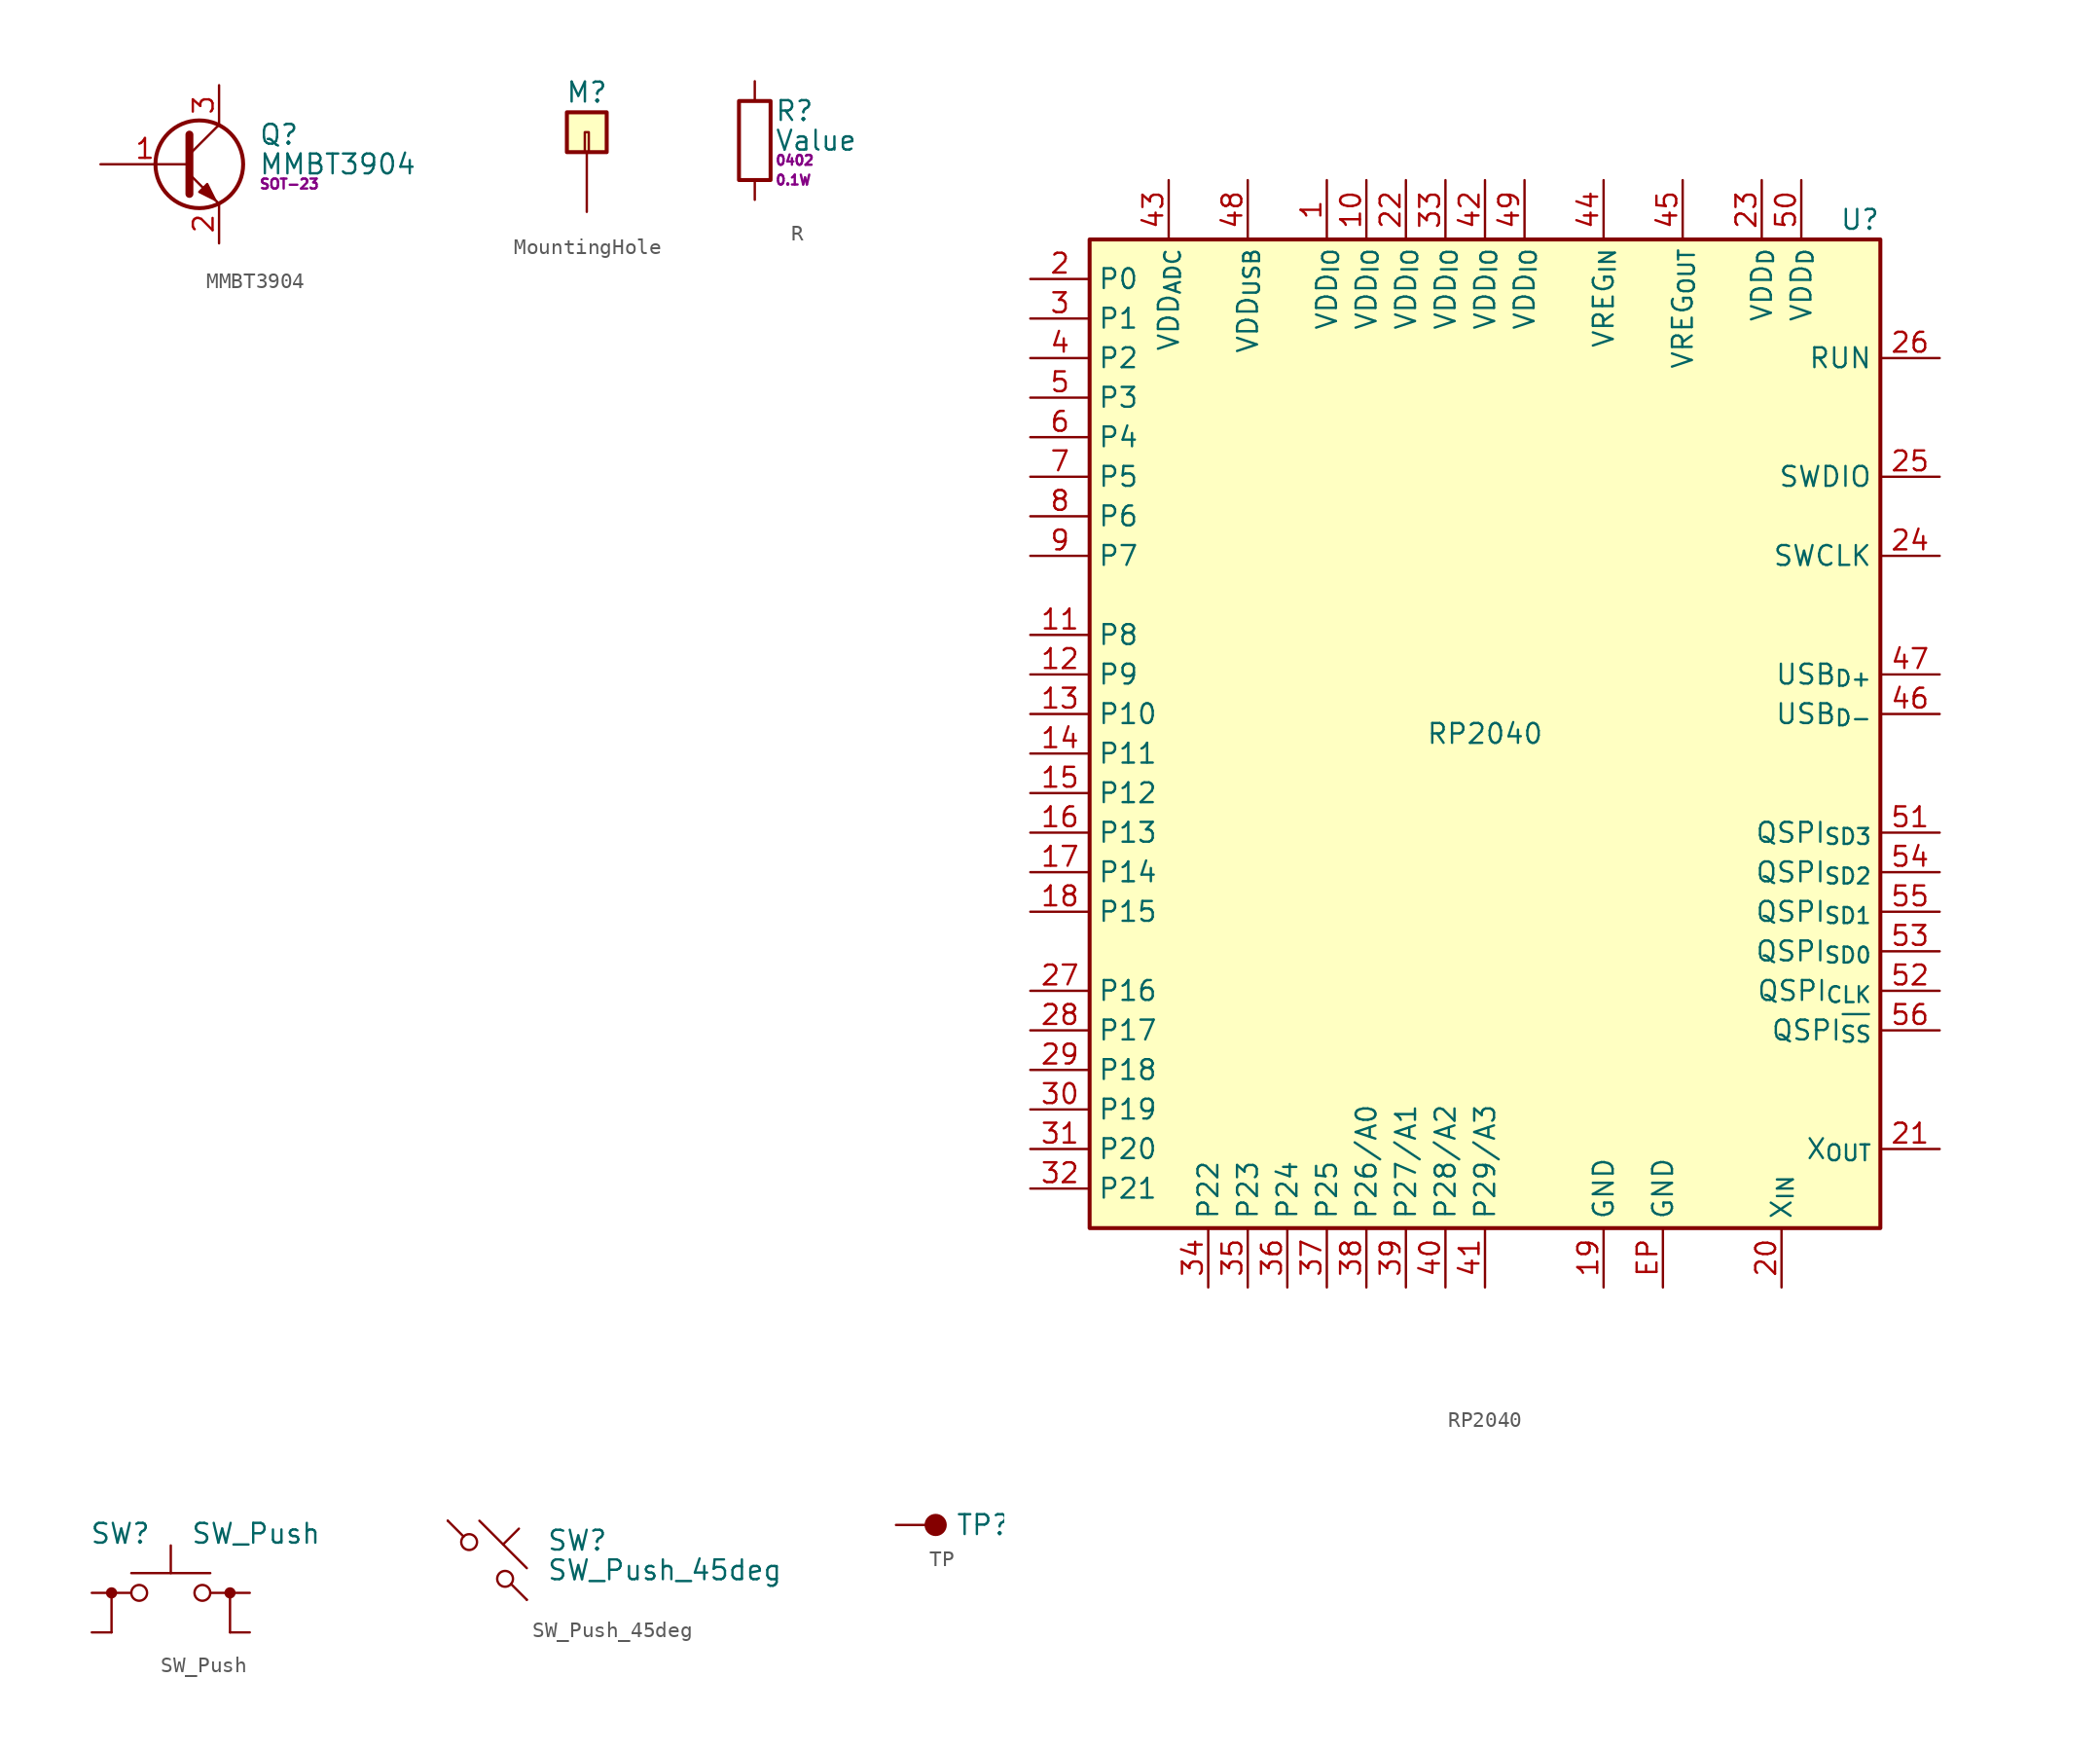
<source format=kicad_sym>
(kicad_symbol_lib
  (version 20231120)
  (generator "kicad_symbol_editor")
  (generator_version "8.0")
  (symbol "MMBT3904"
    (pin_names
      (offset 0) hide)
    (property "Reference" "Q"
      (at 5.08 1.905 0)
      (do_not_autoplace)
      (effects (font (size 1.27 1.27)) (justify left)))
    (property "Value" "MMBT3904"
      (at 5.08 0 0)
      (do_not_autoplace)
      (effects (font (size 1.27 1.27)) (justify left)))
    (property "Package" "SOT-23"
      (at 5.08 -1.27 0)
      (do_not_autoplace)
      (effects (font (size 0.635 0.635)) (justify left)))
    (symbol "MMBT3904_0_1"
      (polyline (pts (xy 0.635 0.635) (xy 2.54 2.54)) (stroke (width 0) (type default)) (fill (type none)))
      (polyline (pts (xy 0.635 -0.635) (xy 2.54 -2.54) (xy 2.54 -2.54)) (stroke (width 0) (type default)) (fill (type none)))
      (polyline (pts (xy 0.635 1.905) (xy 0.635 -1.905) (xy 0.635 -1.905)) (stroke (width 0.508) (type default)) (fill (type none)))
      (polyline (pts (xy 1.27 -1.778) (xy 1.778 -1.27) (xy 2.286 -2.286) (xy 1.27 -1.778) (xy 1.27 -1.778)) (stroke (width 0) (type default)) (fill (type outline)))
      (circle (center 1.27 0) (radius 2.819) (stroke (width 0.254) (type default)) (fill (type none))))
    (symbol "MMBT3904_1_1"
      (pin input line (at -5.08 0 0) (length 5.715) (name "B" (effects (font (size 1.27 1.27)))) (number "1" (effects (font (size 1.27 1.27)))))
      (pin passive line (at 2.54 -5.08 90) (length 2.54) (name "E" (effects (font (size 1.27 1.27)))) (number "2" (effects (font (size 1.27 1.27)))))
      (pin passive line (at 2.54 5.08 270) (length 2.54) (name "C" (effects (font (size 1.27 1.27)))) (number "3" (effects (font (size 1.27 1.27)))))))
  (symbol "MountingHole"
    (pin_numbers hide)
    (pin_names
      (offset 1.016) hide)
    (property "Reference" "M"
      (at 0 2.54 0)
      (do_not_autoplace)
      (effects (font (size 1.27 1.27))))
    (symbol "MountingHole_1_1"
      (rectangle (start -1.27 -1.27) (end 1.27 1.27) (stroke (width 0.254) (type default)) (fill (type background)))
      (rectangle (start -0.127 -1.27) (end 0.127 0) (stroke (width 0.152) (type default)) (fill (type none)))
      (pin passive line (at 0 -5.08 90) (length 3.81) (name "Pin_1" (effects (font (size 1.27 1.27)))) (number "1" (effects (font (size 1.27 1.27)))))))
  (symbol "R"
    (pin_numbers hide)
    (pin_names
      (offset 0))
    (property "Reference" "R"
      (at 1.27 1.905 0)
      (do_not_autoplace)
      (effects (font (size 1.27 1.27)) (justify left)))
    (property "Value" "Value"
      (at 1.27 0 0)
      (do_not_autoplace)
      (effects (font (size 1.27 1.27)) (justify left)))
    (property "Package" "0402"
      (at 1.27 -1.27 0)
      (do_not_autoplace)
      (effects (font (size 0.63 0.63)) (justify left)))
    (property "Power" "0.1W"
      (at 1.27 -2.54 0)
      (do_not_autoplace)
      (effects (font (size 0.63 0.63)) (justify left)))
    (symbol "R_0_1"
      (rectangle (start -1.016 -2.54) (end 1.016 2.54) (stroke (width 0.254) (type solid)) (fill (type none))))
    (symbol "R_1_1"
      (pin passive line (at 0 3.81 270) (length 1.27) (name "~" (effects (font (size 1.27 1.27)))) (number "1" (effects (font (size 1.27 1.27)))))
      (pin passive line (at 0 -3.81 90) (length 1.27) (name "~" (effects (font (size 1.27 1.27)))) (number "2" (effects (font (size 1.27 1.27)))))))
  (symbol "RP2040"
    (property "Reference" "U"
      (at 25.4 31.75 0)
      (do_not_autoplace)
      (effects (font (size 1.27 1.27)) (justify right)))
    (property "Value" "RP2040"
      (at 0 -1.27 0)
      (do_not_autoplace)
      (effects (font (size 1.27 1.27))))
    (symbol "RP2040_1_1"
      (rectangle (start -25.4 30.48) (end 25.4 -33.02) (stroke (width 0.254) (type default)) (fill (type background)))
      (pin power_in line (at -10.16 34.29 270) (length 3.81) (name "VDD_{IO}" (effects (font (size 1.27 1.27)))) (number "1" (effects (font (size 1.27 1.27)))))
      (pin power_in line (at -7.62 34.29 270) (length 3.81) (name "VDD_{IO}" (effects (font (size 1.27 1.27)))) (number "10" (effects (font (size 1.27 1.27)))))
      (pin passive line (at -29.21 5.08 0) (length 3.81) (name "P8" (effects (font (size 1.27 1.27)))) (number "11" (effects (font (size 1.27 1.27)))))
      (pin passive line (at -29.21 2.54 0) (length 3.81) (name "P9" (effects (font (size 1.27 1.27)))) (number "12" (effects (font (size 1.27 1.27)))))
      (pin passive line (at -29.21 0 0) (length 3.81) (name "P10" (effects (font (size 1.27 1.27)))) (number "13" (effects (font (size 1.27 1.27)))))
      (pin passive line (at -29.21 -2.54 0) (length 3.81) (name "P11" (effects (font (size 1.27 1.27)))) (number "14" (effects (font (size 1.27 1.27)))))
      (pin passive line (at -29.21 -5.08 0) (length 3.81) (name "P12" (effects (font (size 1.27 1.27)))) (number "15" (effects (font (size 1.27 1.27)))))
      (pin passive line (at -29.21 -7.62 0) (length 3.81) (name "P13" (effects (font (size 1.27 1.27)))) (number "16" (effects (font (size 1.27 1.27)))))
      (pin passive line (at -29.21 -10.16 0) (length 3.81) (name "P14" (effects (font (size 1.27 1.27)))) (number "17" (effects (font (size 1.27 1.27)))))
      (pin passive line (at -29.21 -12.7 0) (length 3.81) (name "P15" (effects (font (size 1.27 1.27)))) (number "18" (effects (font (size 1.27 1.27)))))
      (pin power_in line (at 7.62 -36.83 90) (length 3.81) (name "GND" (effects (font (size 1.27 1.27)))) (number "19" (effects (font (size 1.27 1.27)))))
      (pin passive line (at -29.21 27.94 0) (length 3.81) (name "P0" (effects (font (size 1.27 1.27)))) (number "2" (effects (font (size 1.27 1.27)))))
      (pin input line (at 19.05 -36.83 90) (length 3.81) (name "X_{IN}" (effects (font (size 1.27 1.27)))) (number "20" (effects (font (size 1.27 1.27)))))
      (pin output line (at 29.21 -27.94 180) (length 3.81) (name "X_{OUT}" (effects (font (size 1.27 1.27)))) (number "21" (effects (font (size 1.27 1.27)))))
      (pin power_in line (at -5.08 34.29 270) (length 3.81) (name "VDD_{IO}" (effects (font (size 1.27 1.27)))) (number "22" (effects (font (size 1.27 1.27)))))
      (pin power_in line (at 17.78 34.29 270) (length 3.81) (name "VDD_{D}" (effects (font (size 1.27 1.27)))) (number "23" (effects (font (size 1.27 1.27)))))
      (pin input line (at 29.21 10.16 180) (length 3.81) (name "SWCLK" (effects (font (size 1.27 1.27)))) (number "24" (effects (font (size 1.27 1.27)))))
      (pin bidirectional line (at 29.21 15.24 180) (length 3.81) (name "SWDIO" (effects (font (size 1.27 1.27)))) (number "25" (effects (font (size 1.27 1.27)))))
      (pin input line (at 29.21 22.86 180) (length 3.81) (name "RUN" (effects (font (size 1.27 1.27)))) (number "26" (effects (font (size 1.27 1.27)))))
      (pin passive line (at -29.21 -17.78 0) (length 3.81) (name "P16" (effects (font (size 1.27 1.27)))) (number "27" (effects (font (size 1.27 1.27)))))
      (pin passive line (at -29.21 -20.32 0) (length 3.81) (name "P17" (effects (font (size 1.27 1.27)))) (number "28" (effects (font (size 1.27 1.27)))))
      (pin passive line (at -29.21 -22.86 0) (length 3.81) (name "P18" (effects (font (size 1.27 1.27)))) (number "29" (effects (font (size 1.27 1.27)))))
      (pin passive line (at -29.21 25.4 0) (length 3.81) (name "P1" (effects (font (size 1.27 1.27)))) (number "3" (effects (font (size 1.27 1.27)))))
      (pin passive line (at -29.21 -25.4 0) (length 3.81) (name "P19" (effects (font (size 1.27 1.27)))) (number "30" (effects (font (size 1.27 1.27)))))
      (pin passive line (at -29.21 -27.94 0) (length 3.81) (name "P20" (effects (font (size 1.27 1.27)))) (number "31" (effects (font (size 1.27 1.27)))))
      (pin passive line (at -29.21 -30.48 0) (length 3.81) (name "P21" (effects (font (size 1.27 1.27)))) (number "32" (effects (font (size 1.27 1.27)))))
      (pin power_in line (at -2.54 34.29 270) (length 3.81) (name "VDD_{IO}" (effects (font (size 1.27 1.27)))) (number "33" (effects (font (size 1.27 1.27)))))
      (pin passive line (at -17.78 -36.83 90) (length 3.81) (name "P22" (effects (font (size 1.27 1.27)))) (number "34" (effects (font (size 1.27 1.27)))))
      (pin passive line (at -15.24 -36.83 90) (length 3.81) (name "P23" (effects (font (size 1.27 1.27)))) (number "35" (effects (font (size 1.27 1.27)))))
      (pin passive line (at -12.7 -36.83 90) (length 3.81) (name "P24" (effects (font (size 1.27 1.27)))) (number "36" (effects (font (size 1.27 1.27)))))
      (pin passive line (at -10.16 -36.83 90) (length 3.81) (name "P25" (effects (font (size 1.27 1.27)))) (number "37" (effects (font (size 1.27 1.27)))))
      (pin passive line (at -7.62 -36.83 90) (length 3.81) (name "P26/A0" (effects (font (size 1.27 1.27)))) (number "38" (effects (font (size 1.27 1.27)))))
      (pin passive line (at -5.08 -36.83 90) (length 3.81) (name "P27/A1" (effects (font (size 1.27 1.27)))) (number "39" (effects (font (size 1.27 1.27)))))
      (pin passive line (at -29.21 22.86 0) (length 3.81) (name "P2" (effects (font (size 1.27 1.27)))) (number "4" (effects (font (size 1.27 1.27)))))
      (pin passive line (at -2.54 -36.83 90) (length 3.81) (name "P28/A2" (effects (font (size 1.27 1.27)))) (number "40" (effects (font (size 1.27 1.27)))))
      (pin passive line (at 0 -36.83 90) (length 3.81) (name "P29/A3" (effects (font (size 1.27 1.27)))) (number "41" (effects (font (size 1.27 1.27)))))
      (pin power_in line (at 0 34.29 270) (length 3.81) (name "VDD_{IO}" (effects (font (size 1.27 1.27)))) (number "42" (effects (font (size 1.27 1.27)))))
      (pin power_in line (at -20.32 34.29 270) (length 3.81) (name "VDD_{ADC}" (effects (font (size 1.27 1.27)))) (number "43" (effects (font (size 1.27 1.27)))))
      (pin power_in line (at 7.62 34.29 270) (length 3.81) (name "VREG_{IN}" (effects (font (size 1.27 1.27)))) (number "44" (effects (font (size 1.27 1.27)))))
      (pin power_out line (at 12.7 34.29 270) (length 3.81) (name "VREG_{OUT}" (effects (font (size 1.27 1.27)))) (number "45" (effects (font (size 1.27 1.27)))))
      (pin bidirectional line (at 29.21 0 180) (length 3.81) (name "USB_{D-}" (effects (font (size 1.27 1.27)))) (number "46" (effects (font (size 1.27 1.27)))))
      (pin bidirectional line (at 29.21 2.54 180) (length 3.81) (name "USB_{D+}" (effects (font (size 1.27 1.27)))) (number "47" (effects (font (size 1.27 1.27)))))
      (pin power_in line (at -15.24 34.29 270) (length 3.81) (name "VDD_{USB}" (effects (font (size 1.27 1.27)))) (number "48" (effects (font (size 1.27 1.27)))))
      (pin power_in line (at 2.54 34.29 270) (length 3.81) (name "VDD_{IO}" (effects (font (size 1.27 1.27)))) (number "49" (effects (font (size 1.27 1.27)))))
      (pin passive line (at -29.21 20.32 0) (length 3.81) (name "P3" (effects (font (size 1.27 1.27)))) (number "5" (effects (font (size 1.27 1.27)))))
      (pin power_in line (at 20.32 34.29 270) (length 3.81) (name "VDD_{D}" (effects (font (size 1.27 1.27)))) (number "50" (effects (font (size 1.27 1.27)))))
      (pin bidirectional line (at 29.21 -7.62 180) (length 3.81) (name "QSPI_{SD3}" (effects (font (size 1.27 1.27)))) (number "51" (effects (font (size 1.27 1.27)))))
      (pin output line (at 29.21 -17.78 180) (length 3.81) (name "QSPI_{CLK}" (effects (font (size 1.27 1.27)))) (number "52" (effects (font (size 1.27 1.27)))))
      (pin bidirectional line (at 29.21 -15.24 180) (length 3.81) (name "QSPI_{SD0}" (effects (font (size 1.27 1.27)))) (number "53" (effects (font (size 1.27 1.27)))))
      (pin bidirectional line (at 29.21 -10.16 180) (length 3.81) (name "QSPI_{SD2}" (effects (font (size 1.27 1.27)))) (number "54" (effects (font (size 1.27 1.27)))))
      (pin bidirectional line (at 29.21 -12.7 180) (length 3.81) (name "QSPI_{SD1}" (effects (font (size 1.27 1.27)))) (number "55" (effects (font (size 1.27 1.27)))))
      (pin output line (at 29.21 -20.32 180) (length 3.81) (name "QSPI_{~{SS}}" (effects (font (size 1.27 1.27)))) (number "56" (effects (font (size 1.27 1.27)))))
      (pin passive line (at -29.21 17.78 0) (length 3.81) (name "P4" (effects (font (size 1.27 1.27)))) (number "6" (effects (font (size 1.27 1.27)))))
      (pin passive line (at -29.21 15.24 0) (length 3.81) (name "P5" (effects (font (size 1.27 1.27)))) (number "7" (effects (font (size 1.27 1.27)))))
      (pin passive line (at -29.21 12.7 0) (length 3.81) (name "P6" (effects (font (size 1.27 1.27)))) (number "8" (effects (font (size 1.27 1.27)))))
      (pin passive line (at -29.21 10.16 0) (length 3.81) (name "P7" (effects (font (size 1.27 1.27)))) (number "9" (effects (font (size 1.27 1.27)))))
      (pin power_in line (at 11.43 -36.83 90) (length 3.81) (name "GND" (effects (font (size 1.27 1.27)))) (number "EP" (effects (font (size 1.27 1.27)))))))
  (symbol "SW_Push"
    (pin_numbers hide)
    (pin_names
      (offset 1.016) hide)
    (property "Reference" "SW"
      (at -1.27 3.81 0)
      (do_not_autoplace)
      (effects (font (size 1.27 1.27)) (justify right)))
    (property "Value" "SW_Push"
      (at 1.27 3.81 0)
      (do_not_autoplace)
      (effects (font (size 1.27 1.27)) (justify left)))
    (symbol "SW_Push_0_1"
      (circle (center -2.032 0) (radius 0.508) (stroke (width 0) (type solid)) (fill (type none)))
      (polyline (pts (xy -3.81 -2.54) (xy -3.81 0)) (stroke (width 0) (type default)) (fill (type none)))
      (polyline (pts (xy 0 1.27) (xy 0 3.048)) (stroke (width 0) (type solid)) (fill (type none)))
      (polyline (pts (xy 2.54 1.27) (xy -2.54 1.27)) (stroke (width 0) (type solid)) (fill (type none)))
      (polyline (pts (xy 3.81 -2.54) (xy 3.81 0)) (stroke (width 0) (type default)) (fill (type none)))
      (circle (center 2.032 0) (radius 0.508) (stroke (width 0) (type solid)) (fill (type none)))
      (pin passive line (at -5.08 0 0) (length 2.54) (name "1" (effects (font (size 1.27 1.27)))) (number "1" (effects (font (size 1.27 1.27))))))
    (symbol "SW_Push_1_1"
      (circle (center -3.81 0) (radius 0.284) (stroke (width 0) (type default)) (fill (type outline)))
      (circle (center 3.81 0) (radius 0.284) (stroke (width 0) (type default)) (fill (type outline)))
      (pin passive line (at -5.08 -2.54 0) (length 1.27) (name "2" (effects (font (size 1.27 1.27)))) (number "2" (effects (font (size 1.27 1.27)))))
      (pin passive line (at 5.08 -2.54 180) (length 1.27) (name "3" (effects (font (size 1.27 1.27)))) (number "3" (effects (font (size 1.27 1.27)))))
      (pin passive line (at 5.08 0 180) (length 2.54) (name "4" (effects (font (size 1.27 1.27)))) (number "4" (effects (font (size 1.27 1.27)))))))
  (symbol "SW_Push_45deg"
    (pin_numbers hide)
    (pin_names
      (offset 1.016) hide)
    (property "Reference" "SW"
      (at 3.81 1.27 0)
      (do_not_autoplace)
      (effects (font (size 1.27 1.27)) (justify left)))
    (property "Value" "SW_Push_45deg"
      (at 3.81 -0.635 0)
      (do_not_autoplace)
      (effects (font (size 1.27 1.27)) (justify left)))
    (symbol "SW_Push_45deg_0_1"
      (circle (center -1.168 1.168) (radius 0.508) (stroke (width 0) (type solid)) (fill (type none)))
      (polyline (pts (xy -0.508 2.54) (xy 2.54 -0.508)) (stroke (width 0) (type solid)) (fill (type none)))
      (polyline (pts (xy 1.016 1.016) (xy 2.032 2.032)) (stroke (width 0) (type solid)) (fill (type none)))
      (polyline (pts (xy -2.54 2.54) (xy -1.524 1.524) (xy -1.524 1.524)) (stroke (width 0) (type solid)) (fill (type none)))
      (polyline (pts (xy 1.524 -1.524) (xy 2.54 -2.54) (xy 2.54 -2.54) (xy 2.54 -2.54)) (stroke (width 0) (type solid)) (fill (type none)))
      (circle (center 1.143 -1.194) (radius 0.508) (stroke (width 0) (type solid)) (fill (type none)))
      (pin passive line (at -2.54 2.54 0) (length 0) (name "1" (effects (font (size 1.27 1.27)))) (number "1" (effects (font (size 1.27 1.27)))))
      (pin passive line (at 2.54 -2.54 180) (length 0) (name "2" (effects (font (size 1.27 1.27)))) (number "2" (effects (font (size 1.27 1.27)))))))
  (symbol "TP"
    (pin_numbers hide)
    (pin_names hide)
    (property "Reference" "TP"
      (at 1.27 0 0)
      (do_not_autoplace)
      (effects (font (size 1.27 1.27)) (justify left)))
    (symbol "TP_1_1"
      (circle (center 0 0) (radius 0.635) (stroke (width 0) (type default)) (fill (type outline)))
      (pin passive line (at -2.54 0 0) (length 2.54) (name "~" (effects (font (size 1.27 1.27)))) (number "1" (effects (font (size 1.27 1.27))))))))
</source>
